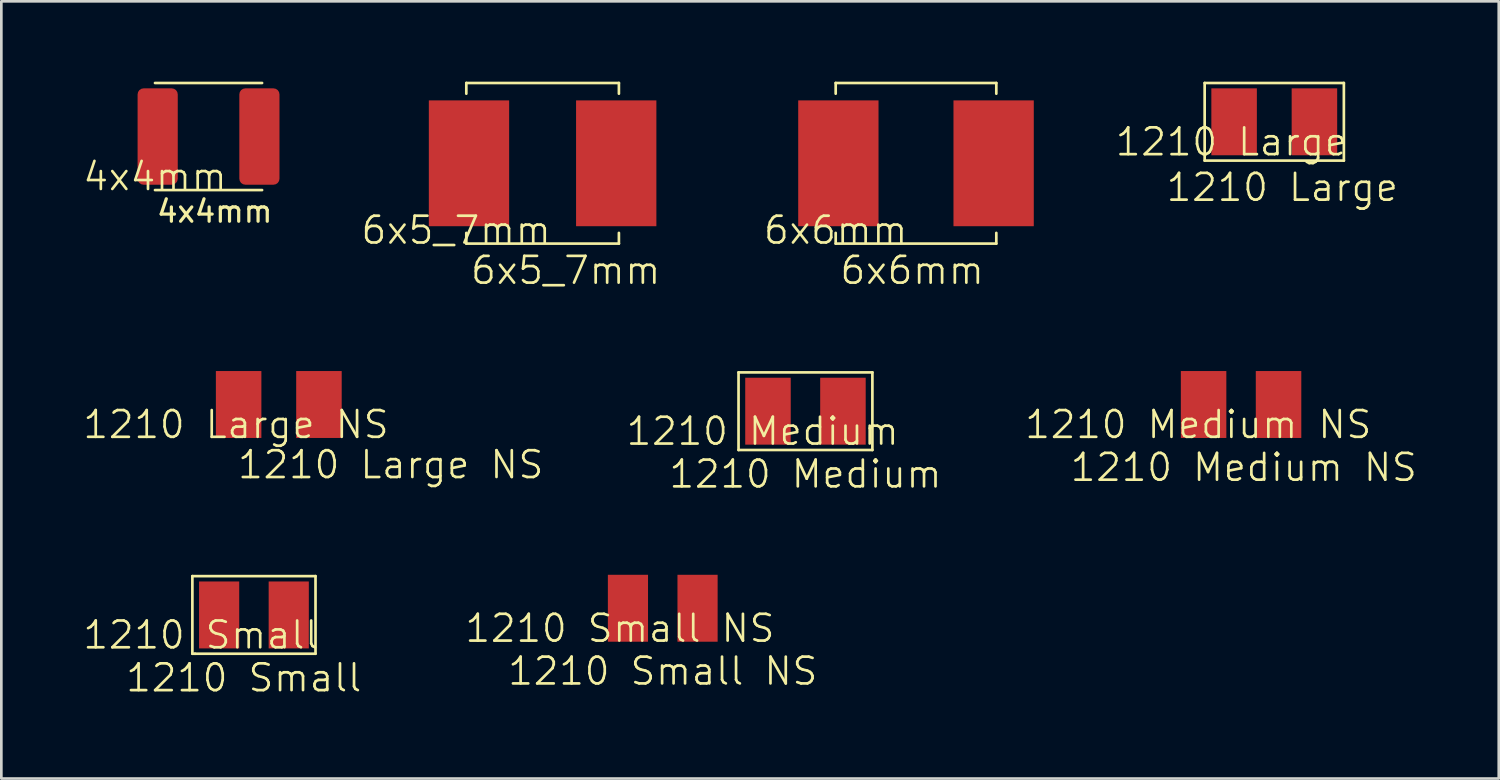
<source format=kicad_pcb>
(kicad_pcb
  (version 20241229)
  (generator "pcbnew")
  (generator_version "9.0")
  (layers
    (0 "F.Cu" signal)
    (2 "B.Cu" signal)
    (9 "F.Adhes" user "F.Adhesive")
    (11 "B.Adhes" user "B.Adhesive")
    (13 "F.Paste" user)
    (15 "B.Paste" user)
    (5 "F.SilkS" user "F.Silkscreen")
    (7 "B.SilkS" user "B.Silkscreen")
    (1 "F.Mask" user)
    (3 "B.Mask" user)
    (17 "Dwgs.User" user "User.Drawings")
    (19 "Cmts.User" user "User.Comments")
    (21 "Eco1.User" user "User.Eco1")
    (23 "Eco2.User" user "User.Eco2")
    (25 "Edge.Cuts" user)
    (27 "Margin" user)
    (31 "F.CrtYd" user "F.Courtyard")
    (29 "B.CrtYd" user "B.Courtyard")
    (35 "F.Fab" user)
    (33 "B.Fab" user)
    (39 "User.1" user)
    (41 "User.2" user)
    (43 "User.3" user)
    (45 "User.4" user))
  (footprint "4x4mm"
    (layer "F.Cu")
    (at 2.74 4.05)
    (property "Reference" "4x4mm" (at 0 -0.5 0) (unlocked yes) (layer "F.SilkS") (effects (font (size 1 1) (thickness 0.1))))
    (attr smd)
    (fp_line (start 0 0) (end 4 0) (stroke (width 0.1) (type default)) (layer "F.SilkS"))
    (fp_line (start 4 -4) (end 0 -4) (stroke (width 0.1) (type default)) (layer "F.SilkS"))
    (fp_text user "${REFERENCE}" (at 0 0.8 0) (unlocked yes) (layer "F.SilkS") (effects (font (size 0.8 0.8) (thickness 0.12)) (justify left)))
    (pad "1" smd roundrect (at 0.1 -2) (size 1.5 3.6) (layers "F.Cu" "F.Mask" "F.Paste") (roundrect_rratio 0.15))
    (pad "2" smd roundrect (at 3.9 -2) (size 1.5 3.6) (layers "F.Cu" "F.Mask" "F.Paste") (roundrect_rratio 0.15)))
  (footprint "1210 Large NS"
    (layer "F.Cu")
    (at 5.764 13.31)
    (property "Reference" "1210 Large NS" (at 0 -0.5 0) (unlocked yes) (layer "F.SilkS") (effects (font (size 1 1) (thickness 0.1))))
    (attr smd)
    (fp_text user "${REFERENCE}" (at 0 1 0) (unlocked yes) (layer "F.SilkS") (effects (font (size 1 1) (thickness 0.1)) (justify left)))
    (pad "1" smd rect (at 0.1 -1.25 180) (size 1.7 2.5) (layers "F.Cu" "F.Mask" "F.Paste"))
    (pad "2" smd rect (at 3.1 -1.25 180) (size 1.7 2.5) (layers "F.Cu" "F.Mask" "F.Paste")))
  (footprint "1210 Medium"
    (layer "F.Cu")
    (at 25.438 13.56)
    (property "Reference" "1210 Medium" (at 0 -0.5 0) (unlocked yes) (layer "F.SilkS") (effects (font (size 1 1) (thickness 0.1))))
    (attr smd)
    (fp_line (start -0.9 -2.7) (end 4.1 -2.7) (stroke (width 0.1) (type default)) (layer "F.SilkS"))
    (fp_line (start -0.9 0.2) (end -0.9 -2.7) (stroke (width 0.1) (type default)) (layer "F.SilkS"))
    (fp_line (start 4.1 -2.7) (end 4.1 0.2) (stroke (width 0.1) (type default)) (layer "F.SilkS"))
    (fp_line (start 4.1 0.2) (end -0.9 0.2) (stroke (width 0.1) (type default)) (layer "F.SilkS"))
    (fp_text user "${REFERENCE}" (at 1.6 1.1 0) (unlocked yes) (layer "F.SilkS") (effects (font (size 1 1) (thickness 0.1))))
    (pad "1" smd rect (at 0.2 -1.25 180) (size 1.7 2.5) (layers "F.Cu" "F.Mask" "F.Paste"))
    (pad "2" smd rect (at 3 -1.25 180) (size 1.7 2.5) (layers "F.Cu" "F.Mask" "F.Paste"))
    (zone (net_name "") (layers "F.Cu" "B.Cu") (name "Copper Keep Out") (hatch full 0.5) (connect_pads) (min_thickness 0.25) (filled_areas_thickness no) (keepout (tracks not_allowed) (vias not_allowed) (pads not_allowed) (copperpour not_allowed) (footprints not_allowed)) (placement (enabled no)) (fill) (polygon (pts (xy 26.638 13.56) (xy 26.638 11.06) (xy 27.438 11.06) (xy 27.438 13.56)))))
  (footprint "1210 Small "
    (layer "F.Cu")
    (at 4.836 21.171)
    (property "Reference" "1210 Small " (at 0 -0.5 0) (unlocked yes) (layer "F.SilkS") (effects (font (size 1 1) (thickness 0.1))))
    (attr smd)
    (fp_line (start -0.7 -2.7) (end 3.9 -2.7) (stroke (width 0.1) (type default)) (layer "F.SilkS"))
    (fp_line (start -0.7 0.2) (end -0.7 -2.7) (stroke (width 0.1) (type default)) (layer "F.SilkS"))
    (fp_line (start -0.6 0.2) (end -0.7 0.2) (stroke (width 0.1) (type default)) (layer "F.SilkS"))
    (fp_line (start 3.9 -2.7) (end 3.9 0.2) (stroke (width 0.1) (type default)) (layer "F.SilkS"))
    (fp_line (start 3.9 0.2) (end -0.6 0.2) (stroke (width 0.1) (type default)) (layer "F.SilkS"))
    (fp_text user "${REFERENCE}" (at 1.6 1.1 0) (unlocked yes) (layer "F.SilkS") (effects (font (size 1 1) (thickness 0.1))))
    (pad "1" smd rect (at 0.3 -1.25 180) (size 1.5 2.5) (layers "F.Cu" "F.Mask" "F.Paste"))
    (pad "2" smd rect (at 2.9 -1.25 180) (size 1.5 2.5) (layers "F.Cu" "F.Mask" "F.Paste")))
  (footprint "1210 Small NS"
    (layer "F.Cu")
    (at 20.107 20.921)
    (property "Reference" "1210 Small NS" (at 0 -0.5 0) (unlocked yes) (layer "F.SilkS") (effects (font (size 1 1) (thickness 0.1))))
    (attr smd)
    (fp_text user "${REFERENCE}" (at 1.6 1.1 0) (unlocked yes) (layer "F.SilkS") (effects (font (size 1 1) (thickness 0.1))))
    (pad "1" smd rect (at 0.3 -1.25 180) (size 1.5 2.5) (layers "F.Cu" "F.Mask" "F.Paste"))
    (pad "2" smd rect (at 2.9 -1.25 180) (size 1.5 2.5) (layers "F.Cu" "F.Mask" "F.Paste"))
    (zone (net_name "") (layers "F.Cu" "B.Cu") (name "Copper Keep Out") (hatch full 0.5) (connect_pads) (min_thickness 0.25) (filled_areas_thickness no) (keepout (tracks not_allowed) (vias not_allowed) (pads not_allowed) (copperpour not_allowed) (footprints not_allowed)) (placement (enabled no)) (fill) (polygon (pts (xy 21.307 20.921) (xy 21.307 18.421) (xy 22.107 18.421) (xy 22.107 20.921)))))
  (footprint "1210 Medium NS"
    (layer "F.Cu")
    (at 41.71 13.31)
    (property "Reference" "1210 Medium NS" (at 0 -0.5 0) (unlocked yes) (layer "F.SilkS") (effects (font (size 1 1) (thickness 0.1))))
    (attr smd)
    (fp_text user "${REFERENCE}" (at 1.7 1.1 0) (unlocked yes) (layer "F.SilkS") (effects (font (size 1 1) (thickness 0.1))))
    (pad "1" smd rect (at 0.2 -1.25 180) (size 1.7 2.5) (layers "F.Cu" "F.Mask" "F.Paste"))
    (pad "2" smd rect (at 3 -1.25 180) (size 1.7 2.5) (layers "F.Cu" "F.Mask" "F.Paste")))
  (footprint "6x5_7mm "
    (layer "F.Cu")
    (at 14.369 6.05)
    (property "Reference" "6x5_7mm " (at 0 -0.5 0) (unlocked yes) (layer "F.SilkS") (effects (font (size 1 1) (thickness 0.1))))
    (attr smd)
    (fp_line (start 0 -6) (end 5.7 -6) (stroke (width 0.1) (type default)) (layer "F.SilkS"))
    (fp_line (start 0 -5.6) (end 0 -6) (stroke (width 0.1) (type default)) (layer "F.SilkS"))
    (fp_line (start 0 0) (end 0 -0.4) (stroke (width 0.1) (type default)) (layer "F.SilkS"))
    (fp_line (start 5.7 -5.6) (end 5.7 -6) (stroke (width 0.1) (type default)) (layer "F.SilkS"))
    (fp_line (start 5.7 -0.4) (end 5.7 0) (stroke (width 0.1) (type default)) (layer "F.SilkS"))
    (fp_line (start 5.7 0) (end 0 0) (stroke (width 0.1) (type default)) (layer "F.SilkS"))
    (fp_text user "${REFERENCE}" (at 0.1 1 0) (unlocked yes) (layer "F.SilkS") (effects (font (size 1 1) (thickness 0.1)) (justify left)))
    (pad "1" smd rect (at 0.1 -3) (size 3 4.7) (layers "F.Cu" "F.Mask" "F.Paste"))
    (pad "2" smd rect (at 5.6 -3) (size 3 4.7) (layers "F.Cu" "F.Mask" "F.Paste"))
    (zone (net_name "") (layers "F.Cu" "B.Cu") (name "Copper Keep Out") (hatch full 0.5) (connect_pads) (min_thickness 0.25) (filled_areas_thickness no) (keepout (tracks not_allowed) (vias not_allowed) (pads not_allowed) (copperpour not_allowed) (footprints not_allowed)) (placement (enabled no)) (fill) (polygon (pts (xy 16.169 6.05) (xy 16.169 0.05) (xy 18.269 0.05) (xy 18.269 6.05)))))
  (footprint "1210 Large"
    (layer "F.Cu")
    (at 42.95 2.75)
    (property "Reference" "1210 Large" (at 0 -0.5 0) (unlocked yes) (layer "F.SilkS") (effects (font (size 1 1) (thickness 0.1))))
    (attr smd)
    (fp_line (start -1 -2.7) (end 4.2 -2.7) (stroke (width 0.1) (type default)) (layer "F.SilkS"))
    (fp_line (start -1 0.2) (end -1 -2.7) (stroke (width 0.1) (type default)) (layer "F.SilkS"))
    (fp_line (start 4.2 -2.7) (end 4.2 0.2) (stroke (width 0.1) (type default)) (layer "F.SilkS"))
    (fp_line (start 4.2 0.2) (end -1 0.2) (stroke (width 0.1) (type default)) (layer "F.SilkS"))
    (fp_text user "${REFERENCE}" (at 1.9 1.2 0) (unlocked yes) (layer "F.SilkS") (effects (font (size 1 1) (thickness 0.1))))
    (pad "1" smd rect (at 0.1 -1.25 180) (size 1.7 2.5) (layers "F.Cu" "F.Mask" "F.Paste"))
    (pad "2" smd rect (at 3.1 -1.25 180) (size 1.7 2.5) (layers "F.Cu" "F.Mask" "F.Paste"))
    (zone (net_name "") (layers "F.Cu" "B.Cu") (name "Copper Keep Out") (hatch full 0.5) (connect_pads) (min_thickness 0.25) (filled_areas_thickness no) (keepout (tracks not_allowed) (vias not_allowed) (pads not_allowed) (copperpour not_allowed) (footprints not_allowed)) (placement (enabled no)) (fill) (polygon (pts (xy 44.05 2.75) (xy 44.05 0.25) (xy 45.05 0.25) (xy 45.05 2.75)))))
  (footprint "6x6mm"
    (layer "F.Cu")
    (at 28.167 6.05)
    (property "Reference" "6x6mm" (at 0 -0.5 0) (unlocked yes) (layer "F.SilkS") (effects (font (size 1 1) (thickness 0.1))))
    (attr smd)
    (fp_line (start 0 -6) (end 6 -6) (stroke (width 0.1) (type default)) (layer "F.SilkS"))
    (fp_line (start 0 -5.6) (end 0 -6) (stroke (width 0.1) (type default)) (layer "F.SilkS"))
    (fp_line (start 0 0) (end 0 -0.4) (stroke (width 0.1) (type default)) (layer "F.SilkS"))
    (fp_line (start 6 -5.6) (end 6 -6) (stroke (width 0.1) (type default)) (layer "F.SilkS"))
    (fp_line (start 6 -0.4) (end 6 0) (stroke (width 0.1) (type default)) (layer "F.SilkS"))
    (fp_line (start 6 0) (end 0 0) (stroke (width 0.1) (type default)) (layer "F.SilkS"))
    (fp_text user "${REFERENCE}" (at 0.1 1 0) (unlocked yes) (layer "F.SilkS") (effects (font (size 1 1) (thickness 0.1)) (justify left)))
    (pad "1" smd rect (at 0.1 -3) (size 3 4.7) (layers "F.Cu" "F.Mask" "F.Paste"))
    (pad "2" smd rect (at 5.9 -3) (size 3 4.7) (layers "F.Cu" "F.Mask" "F.Paste"))
    (zone (net_name "") (layers "F.Cu" "B.Cu") (name "Copper Keep Out") (hatch full 0.5) (connect_pads) (min_thickness 0.25) (filled_areas_thickness no) (keepout (tracks not_allowed) (vias not_allowed) (pads not_allowed) (copperpour not_allowed) (footprints not_allowed)) (placement (enabled no)) (fill) (polygon (pts (xy 29.967 6.05) (xy 29.967 0.05) (xy 32.367 0.05) (xy 32.367 6.05)))))
  (gr_rect
    (start -3 -3)
    (end 52.936 26.032)
    (stroke (width 0.1) (type default))
    (fill no)
    (layer "Edge.Cuts")))
</source>
